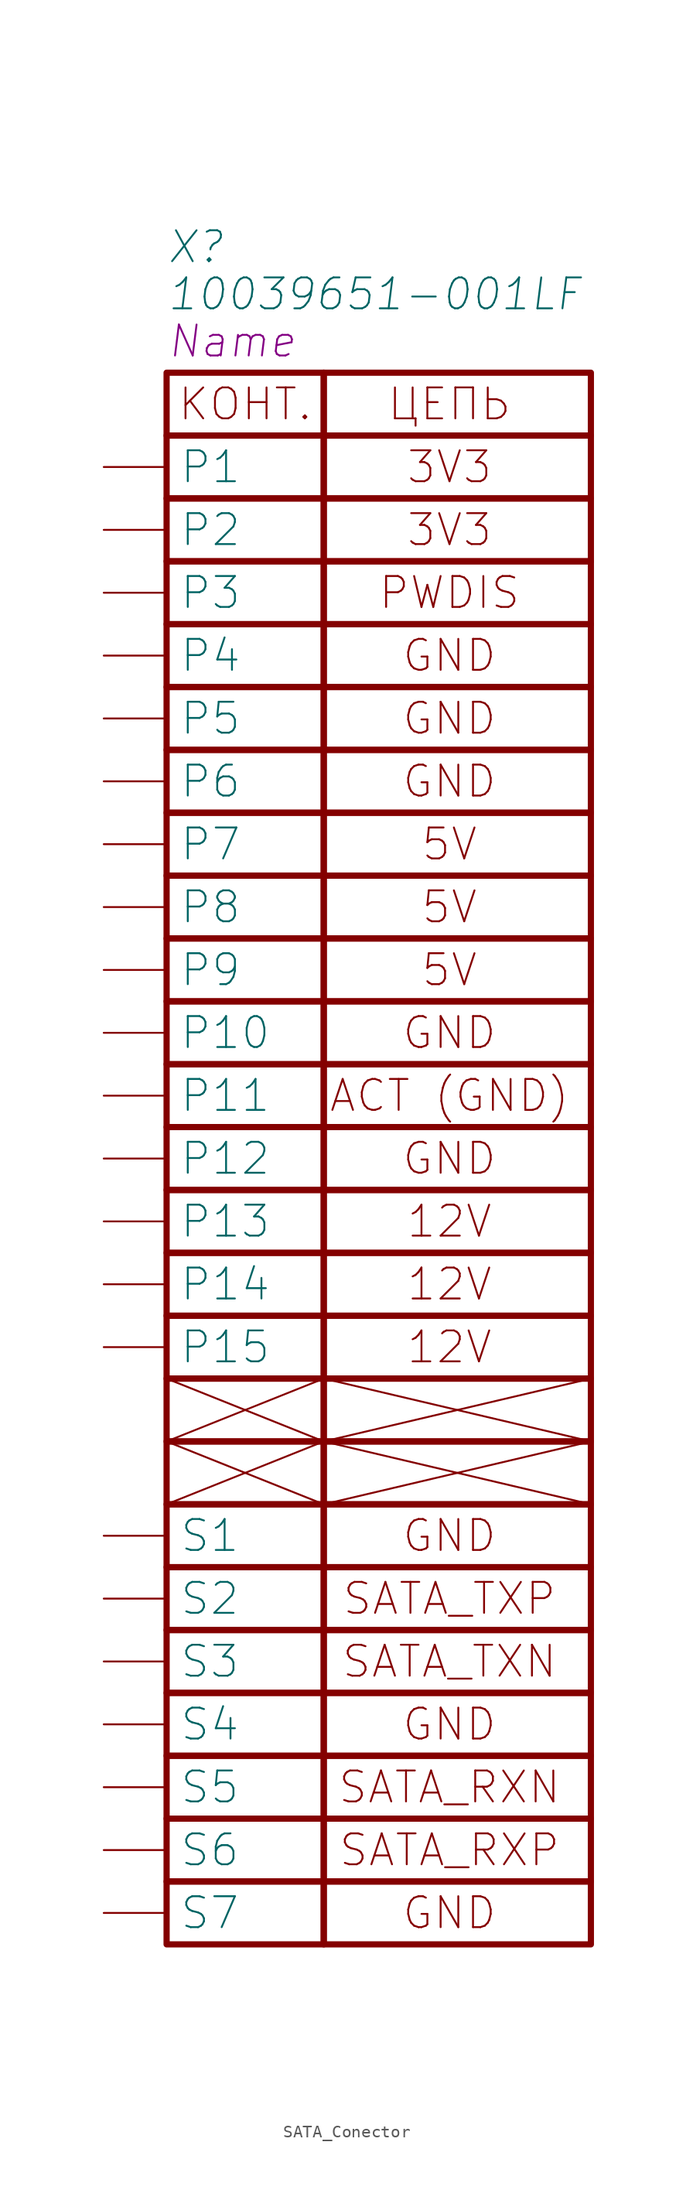
<source format=kicad_sym>
(kicad_symbol_lib
  (version 20241209)
  (generator "kicad_symbol_editor")
  (generator_version "9.0")
  (symbol "SATA_Conector"
    (pin_numbers
      (hide yes))
    (pin_names
      (offset 1.016))
    (property "Reference" "X"
      (at -12.7 10.16 0)
      (effects (font (size 2.5 2.5) (italic yes)) (justify left)))
    (property "Value" "10039651-001LF"
      (at -12.7 6.35 0)
      (effects (font (size 2.5 2.5) (italic yes)) (justify left)))
    (property "Name" "Name"
      (at -12.7 2.54 0)
      (effects (font (size 2.5 2.5) (italic yes)) (justify left)))
    (symbol "SATA_Conector_0_1"
      (rectangle (start -12.7 0) (end 0 -5.08) (stroke (width 0.5) (type default)) (fill (type none)))
      (rectangle (start -12.7 -5.08) (end 0 -10.16) (stroke (width 0.5) (type default)) (fill (type none)))
      (rectangle (start -12.7 -10.16) (end 0 -15.24) (stroke (width 0.5) (type default)) (fill (type none)))
      (rectangle (start -12.7 -15.24) (end 0 -20.32) (stroke (width 0.5) (type default)) (fill (type none)))
      (rectangle (start -12.7 -20.32) (end 0 -25.4) (stroke (width 0.5) (type default)) (fill (type none)))
      (rectangle (start -12.7 -25.4) (end 0 -30.48) (stroke (width 0.5) (type default)) (fill (type none)))
      (rectangle (start -12.7 -30.48) (end 0 -35.56) (stroke (width 0.5) (type default)) (fill (type none)))
      (rectangle (start -12.7 -35.56) (end 0 -40.64) (stroke (width 0.5) (type default)) (fill (type none)))
      (rectangle (start -12.7 -40.64) (end 0 -45.72) (stroke (width 0.5) (type default)) (fill (type none)))
      (rectangle (start -12.7 -45.72) (end 0 -50.8) (stroke (width 0.5) (type default)) (fill (type none)))
      (rectangle (start -12.7 -50.8) (end 0 -55.88) (stroke (width 0.5) (type default)) (fill (type none)))
      (rectangle (start -12.7 -55.88) (end 0 -60.96) (stroke (width 0.5) (type default)) (fill (type none)))
      (rectangle (start -12.7 -60.96) (end 0 -66.04) (stroke (width 0.5) (type default)) (fill (type none)))
      (rectangle (start -12.7 -66.04) (end 0 -71.12) (stroke (width 0.5) (type default)) (fill (type none)))
      (rectangle (start -12.7 -71.12) (end 0 -76.2) (stroke (width 0.5) (type default)) (fill (type none)))
      (rectangle (start -12.7 -76.2) (end 0 -81.28) (stroke (width 0.5) (type default)) (fill (type none)))
      (rectangle (start -12.7 -81.28) (end 0 -86.36) (stroke (width 0.5) (type default)) (fill (type none)))
      (rectangle (start -12.7 -86.36) (end 0 -91.44) (stroke (width 0.5) (type default)) (fill (type none)))
      (polyline (pts (xy -12.7 -86.36) (xy 0 -81.28) (xy 21.59 -86.36)) (stroke (width 0) (type default)) (fill (type none)))
      (polyline (pts (xy -12.7 -86.36) (xy 0 -91.44) (xy 21.59 -86.36)) (stroke (width 0) (type default)) (fill (type none)))
      (rectangle (start -12.7 -91.44) (end 0 -96.52) (stroke (width 0.5) (type default)) (fill (type none)))
      (rectangle (start -12.7 -96.52) (end 0 -101.6) (stroke (width 0.5) (type default)) (fill (type none)))
      (rectangle (start -12.7 -101.6) (end 0 -106.68) (stroke (width 0.5) (type default)) (fill (type none)))
      (rectangle (start -12.7 -106.68) (end 0 -111.76) (stroke (width 0.5) (type default)) (fill (type none)))
      (rectangle (start -12.7 -111.76) (end 0 -116.84) (stroke (width 0.5) (type default)) (fill (type none)))
      (rectangle (start -12.7 -116.84) (end 0 -121.92) (stroke (width 0.5) (type default)) (fill (type none)))
      (rectangle (start -12.7 -121.92) (end 0 -127) (stroke (width 0.5) (type default)) (fill (type none)))
      (rectangle (start 0 0) (end 21.59 -5.08) (stroke (width 0.5) (type default)) (fill (type none)))
      (polyline (pts (xy 21.59 -81.28) (xy 0 -86.36) (xy -12.7 -81.28)) (stroke (width 0) (type default)) (fill (type none)))
      (polyline (pts (xy 21.59 -91.44) (xy 0 -86.36) (xy -12.7 -91.44)) (stroke (width 0) (type default)) (fill (type none)))
      (text "КОНТ." (at -6.35 -2.54 0) (effects (font (size 2.5 2.5))))
      (text "ЦЕПЬ" (at 10.16 -2.54 0) (effects (font (size 2.5 2.5)))))
    (symbol "SATA_Conector_1_0"
      (pin power_out line (at -17.78 -7.62 0) (length 5.08) (name "P1" (effects (font (size 2.5 2.5)))) (number "P1" (effects (font (size 2.5 2.5)))))
      (pin passive line (at -17.78 -12.7 0) (length 5.08) (name "P2" (effects (font (size 2.5 2.5)))) (number "P2" (effects (font (size 2.5 2.5)))))
      (pin passive line (at -17.78 -17.78 0) (length 5.08) (name "P3" (effects (font (size 2.5 2.5)))) (number "P3" (effects (font (size 2.5 2.5)))))
      (pin power_out line (at -17.78 -22.86 0) (length 5.08) (name "P4" (effects (font (size 2.5 2.5)))) (number "P4" (effects (font (size 2.5 2.5)))))
      (pin passive line (at -17.78 -27.94 0) (length 5.08) (name "P5" (effects (font (size 2.5 2.5)))) (number "P5" (effects (font (size 2.5 2.5)))))
      (pin passive line (at -17.78 -33.02 0) (length 5.08) (name "P6" (effects (font (size 2.5 2.5)))) (number "P6" (effects (font (size 2.5 2.5)))))
      (pin power_out line (at -17.78 -38.1 0) (length 5.08) (name "P7" (effects (font (size 2.5 2.5)))) (number "P7" (effects (font (size 2.5 2.5)))))
      (pin passive line (at -17.78 -43.18 0) (length 5.08) (name "P8" (effects (font (size 2.5 2.5)))) (number "P8" (effects (font (size 2.5 2.5)))))
      (pin passive line (at -17.78 -48.26 0) (length 5.08) (name "P9" (effects (font (size 2.5 2.5)))) (number "P9" (effects (font (size 2.5 2.5)))))
      (pin passive line (at -17.78 -53.34 0) (length 5.08) (name "P10" (effects (font (size 2.5 2.5)))) (number "P10" (effects (font (size 2.5 2.5)))))
      (pin passive line (at -17.78 -58.42 0) (length 5.08) (name "P11" (effects (font (size 2.5 2.5)))) (number "P11" (effects (font (size 2.5 2.5)))))
      (pin passive line (at -17.78 -63.5 0) (length 5.08) (name "P12" (effects (font (size 2.5 2.5)))) (number "P12" (effects (font (size 2.5 2.5)))))
      (pin power_out line (at -17.78 -68.58 0) (length 5.08) (name "P13" (effects (font (size 2.5 2.5)))) (number "P13" (effects (font (size 2.5 2.5)))))
      (pin passive line (at -17.78 -73.66 0) (length 5.08) (name "P14" (effects (font (size 2.5 2.5)))) (number "P14" (effects (font (size 2.5 2.5)))))
      (pin passive line (at -17.78 -78.74 0) (length 5.08) (name "P15" (effects (font (size 2.5 2.5)))) (number "P15" (effects (font (size 2.5 2.5)))))
      (pin passive line (at -17.78 -93.98 0) (length 5.08) (name "S1" (effects (font (size 2.5 2.5)))) (number "S1" (effects (font (size 2.5 2.5)))))
      (pin output line (at -17.78 -99.06 0) (length 5.08) (name "S2" (effects (font (size 2.5 2.5)))) (number "S2" (effects (font (size 2.5 2.5)))))
      (pin output line (at -17.78 -104.14 0) (length 5.08) (name "S3" (effects (font (size 2.5 2.5)))) (number "S3" (effects (font (size 2.5 2.5)))))
      (pin passive line (at -17.78 -109.22 0) (length 5.08) (name "S4" (effects (font (size 2.5 2.5)))) (number "S4" (effects (font (size 2.5 2.5)))))
      (pin input line (at -17.78 -114.3 0) (length 5.08) (name "S5" (effects (font (size 2.5 2.5)))) (number "S5" (effects (font (size 2.5 2.5)))))
      (pin input line (at -17.78 -119.38 0) (length 5.08) (name "S6" (effects (font (size 2.5 2.5)))) (number "S6" (effects (font (size 2.5 2.5)))))
      (pin passive line (at -17.78 -124.46 0) (length 5.08) (name "S7" (effects (font (size 2.5 2.5)))) (number "S7" (effects (font (size 2.5 2.5))))))
    (symbol "SATA_Conector_1_1"
      (rectangle (start 0 -10.16) (end 21.59 -5.08) (stroke (width 0.5) (type default)) (fill (type none)))
      (rectangle (start 0 -15.24) (end 21.59 -10.16) (stroke (width 0.5) (type default)) (fill (type none)))
      (rectangle (start 0 -20.32) (end 21.59 -15.24) (stroke (width 0.5) (type default)) (fill (type none)))
      (rectangle (start 0 -25.4) (end 21.59 -20.32) (stroke (width 0.5) (type default)) (fill (type none)))
      (rectangle (start 0 -30.48) (end 21.59 -25.4) (stroke (width 0.5) (type default)) (fill (type none)))
      (rectangle (start 0 -35.56) (end 21.59 -30.48) (stroke (width 0.5) (type default)) (fill (type none)))
      (rectangle (start 0 -40.64) (end 21.59 -35.56) (stroke (width 0.5) (type default)) (fill (type none)))
      (rectangle (start 0 -45.72) (end 21.59 -40.64) (stroke (width 0.5) (type default)) (fill (type none)))
      (rectangle (start 0 -50.8) (end 21.59 -45.72) (stroke (width 0.5) (type default)) (fill (type none)))
      (rectangle (start 0 -55.88) (end 21.59 -50.8) (stroke (width 0.5) (type default)) (fill (type none)))
      (rectangle (start 0 -60.96) (end 21.59 -55.88) (stroke (width 0.5) (type default)) (fill (type none)))
      (rectangle (start 0 -66.04) (end 21.59 -60.96) (stroke (width 0.5) (type default)) (fill (type none)))
      (rectangle (start 0 -71.12) (end 21.59 -66.04) (stroke (width 0.5) (type default)) (fill (type none)))
      (rectangle (start 0 -76.2) (end 21.59 -71.12) (stroke (width 0.5) (type default)) (fill (type none)))
      (rectangle (start 0 -81.28) (end 21.59 -76.2) (stroke (width 0.5) (type default)) (fill (type none)))
      (rectangle (start 0 -86.36) (end 21.59 -81.28) (stroke (width 0.5) (type default)) (fill (type none)))
      (rectangle (start 0 -91.44) (end 21.59 -86.36) (stroke (width 0.5) (type default)) (fill (type none)))
      (rectangle (start 0 -96.52) (end 21.59 -91.44) (stroke (width 0.5) (type default)) (fill (type none)))
      (rectangle (start 0 -101.6) (end 21.59 -96.52) (stroke (width 0.5) (type default)) (fill (type none)))
      (rectangle (start 0 -106.68) (end 21.59 -101.6) (stroke (width 0.5) (type default)) (fill (type none)))
      (rectangle (start 0 -111.76) (end 21.59 -106.68) (stroke (width 0.5) (type default)) (fill (type none)))
      (rectangle (start 0 -116.84) (end 21.59 -111.76) (stroke (width 0.5) (type default)) (fill (type none)))
      (rectangle (start 0 -121.92) (end 21.59 -116.84) (stroke (width 0.5) (type default)) (fill (type none)))
      (rectangle (start 0 -127) (end 21.59 -121.92) (stroke (width 0.5) (type default)) (fill (type none)))
      (text "3V3" (at 10.16 -7.62 0) (effects (font (size 2.5 2.5))))
      (text "3V3" (at 10.16 -12.7 0) (effects (font (size 2.5 2.5))))
      (text "PWDIS" (at 10.16 -17.78 0) (effects (font (size 2.5 2.5))))
      (text "GND" (at 10.16 -22.86 0) (effects (font (size 2.5 2.5))))
      (text "GND" (at 10.16 -27.94 0) (effects (font (size 2.5 2.5))))
      (text "GND" (at 10.16 -33.02 0) (effects (font (size 2.5 2.5))))
      (text "5V" (at 10.16 -38.1 0) (effects (font (size 2.5 2.5))))
      (text "5V" (at 10.16 -43.18 0) (effects (font (size 2.5 2.5))))
      (text "5V" (at 10.16 -48.26 0) (effects (font (size 2.5 2.5))))
      (text "GND" (at 10.16 -53.34 0) (effects (font (size 2.5 2.5))))
      (text "ACT (GND)" (at 10.16 -58.42 0) (effects (font (size 2.5 2.5))))
      (text "GND" (at 10.16 -63.5 0) (effects (font (size 2.5 2.5))))
      (text "12V" (at 10.16 -68.58 0) (effects (font (size 2.5 2.5))))
      (text "12V" (at 10.16 -73.66 0) (effects (font (size 2.5 2.5))))
      (text "12V" (at 10.16 -78.74 0) (effects (font (size 2.5 2.5))))
      (text "GND" (at 10.16 -93.98 0) (effects (font (size 2.5 2.5))))
      (text "SATA_TXP" (at 10.16 -99.06 0) (effects (font (size 2.5 2.5))))
      (text "SATA_TXN" (at 10.16 -104.14 0) (effects (font (size 2.5 2.5))))
      (text "GND" (at 10.16 -109.22 0) (effects (font (size 2.5 2.5))))
      (text "SATA_RXN" (at 10.16 -114.3 0) (effects (font (size 2.5 2.5))))
      (text "SATA_RXP" (at 10.16 -119.38 0) (effects (font (size 2.5 2.5))))
      (text "GND" (at 10.16 -124.46 0) (effects (font (size 2.5 2.5)))))))
</source>
